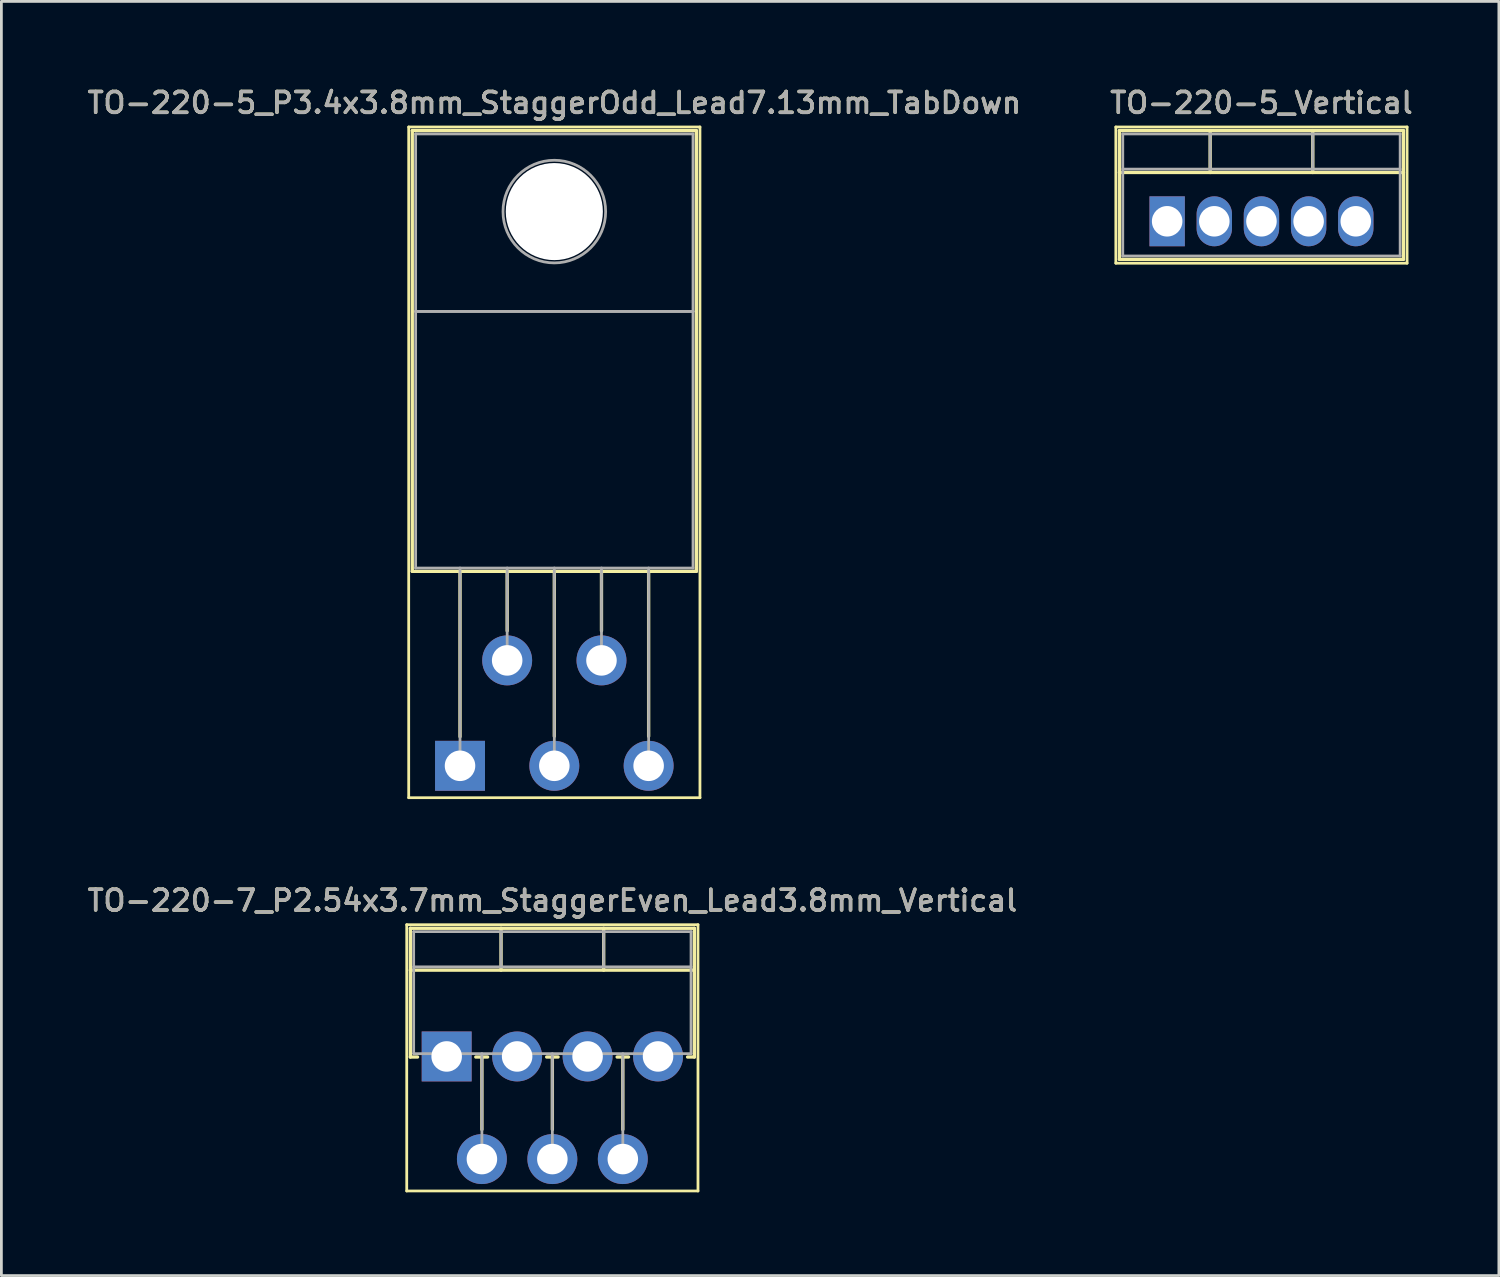
<source format=kicad_pcb>
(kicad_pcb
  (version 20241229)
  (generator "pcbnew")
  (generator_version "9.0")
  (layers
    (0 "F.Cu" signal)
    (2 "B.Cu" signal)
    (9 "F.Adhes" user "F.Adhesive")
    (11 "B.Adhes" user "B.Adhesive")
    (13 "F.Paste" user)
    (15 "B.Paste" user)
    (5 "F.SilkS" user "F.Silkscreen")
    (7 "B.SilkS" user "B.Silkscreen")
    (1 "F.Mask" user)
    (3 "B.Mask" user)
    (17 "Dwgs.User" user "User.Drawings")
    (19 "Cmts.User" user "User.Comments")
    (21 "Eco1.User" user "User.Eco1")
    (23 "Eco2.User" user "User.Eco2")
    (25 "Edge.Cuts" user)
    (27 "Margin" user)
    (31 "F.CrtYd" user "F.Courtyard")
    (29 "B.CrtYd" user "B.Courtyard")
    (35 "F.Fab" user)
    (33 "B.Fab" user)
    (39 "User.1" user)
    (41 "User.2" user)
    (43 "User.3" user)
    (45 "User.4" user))
  (footprint "TO-220-7_P2.54x3.7mm_StaggerEven_Lead3.8mm_Vertical"
    (layer "F.Cu")
    (at 13.053 35.036)
    (property "Reference" "TO-220-7_P2.54x3.7mm_StaggerEven_Lead3.8mm_Vertical" (at 3.81 -5.62 0) (layer "F.SilkS") (effects (font (size 0.75 0.75) (thickness 0.125))))
    (attr through_hole)
    (fp_line (start -1.44 -4.75) (end -1.44 4.85) (stroke (width 0.1) (type solid)) (layer "F.SilkS"))
    (fp_line (start -1.44 4.85) (end 9.06 4.85) (stroke (width 0.1) (type solid)) (layer "F.SilkS"))
    (fp_line (start -1.31 -4.62) (end -1.31 0.021) (stroke (width 0.12) (type solid)) (layer "F.SilkS"))
    (fp_line (start -1.31 -4.62) (end 8.93 -4.62) (stroke (width 0.12) (type solid)) (layer "F.SilkS"))
    (fp_line (start -1.31 -3.111) (end 8.93 -3.111) (stroke (width 0.12) (type solid)) (layer "F.SilkS"))
    (fp_line (start -1.31 0.021) (end -1.05 0.021) (stroke (width 0.12) (type solid)) (layer "F.SilkS"))
    (fp_line (start 1.05 0.021) (end 1.475 0.021) (stroke (width 0.12) (type solid)) (layer "F.SilkS"))
    (fp_line (start 1.27 0.021) (end 1.27 2.635) (stroke (width 0.12) (type solid)) (layer "F.SilkS"))
    (fp_line (start 1.96 -4.62) (end 1.96 -3.111) (stroke (width 0.12) (type solid)) (layer "F.SilkS"))
    (fp_line (start 3.605 0.021) (end 4.016 0.021) (stroke (width 0.12) (type solid)) (layer "F.SilkS"))
    (fp_line (start 3.81 0.021) (end 3.81 2.635) (stroke (width 0.12) (type solid)) (layer "F.SilkS"))
    (fp_line (start 5.66 -4.62) (end 5.66 -3.111) (stroke (width 0.12) (type solid)) (layer "F.SilkS"))
    (fp_line (start 6.145 0.021) (end 6.555 0.021) (stroke (width 0.12) (type solid)) (layer "F.SilkS"))
    (fp_line (start 6.35 0.021) (end 6.35 2.635) (stroke (width 0.12) (type solid)) (layer "F.SilkS"))
    (fp_line (start 8.685 0.021) (end 8.93 0.021) (stroke (width 0.12) (type solid)) (layer "F.SilkS"))
    (fp_line (start 8.93 -4.62) (end 8.93 0.021) (stroke (width 0.12) (type solid)) (layer "F.SilkS"))
    (fp_line (start 9.06 -4.75) (end -1.44 -4.75) (stroke (width 0.1) (type solid)) (layer "F.SilkS"))
    (fp_line (start 9.06 4.85) (end 9.06 -4.75) (stroke (width 0.1) (type solid)) (layer "F.SilkS"))
    (fp_line (start -1.19 -4.5) (end -1.19 -0.1) (stroke (width 0.1) (type solid)) (layer "F.Fab"))
    (fp_line (start -1.19 -3.23) (end 8.81 -3.23) (stroke (width 0.1) (type solid)) (layer "F.Fab"))
    (fp_line (start -1.19 -0.1) (end 8.81 -0.1) (stroke (width 0.1) (type solid)) (layer "F.Fab"))
    (fp_line (start 0 -0.1) (end 0 0) (stroke (width 0.1) (type solid)) (layer "F.Fab"))
    (fp_line (start 1.27 -0.1) (end 1.27 3.7) (stroke (width 0.1) (type solid)) (layer "F.Fab"))
    (fp_line (start 1.96 -4.5) (end 1.96 -3.23) (stroke (width 0.1) (type solid)) (layer "F.Fab"))
    (fp_line (start 2.54 -0.1) (end 2.54 0) (stroke (width 0.1) (type solid)) (layer "F.Fab"))
    (fp_line (start 3.81 -0.1) (end 3.81 3.7) (stroke (width 0.1) (type solid)) (layer "F.Fab"))
    (fp_line (start 5.08 -0.1) (end 5.08 0) (stroke (width 0.1) (type solid)) (layer "F.Fab"))
    (fp_line (start 5.66 -4.5) (end 5.66 -3.23) (stroke (width 0.1) (type solid)) (layer "F.Fab"))
    (fp_line (start 6.35 -0.1) (end 6.35 3.7) (stroke (width 0.1) (type solid)) (layer "F.Fab"))
    (fp_line (start 7.62 -0.1) (end 7.62 0) (stroke (width 0.1) (type solid)) (layer "F.Fab"))
    (fp_line (start 8.81 -4.5) (end -1.19 -4.5) (stroke (width 0.1) (type solid)) (layer "F.Fab"))
    (fp_line (start 8.81 -0.1) (end 8.81 -4.5) (stroke (width 0.1) (type solid)) (layer "F.Fab"))
    (fp_text user "${REFERENCE}" (at 3.81 -5.62 0) (layer "F.Fab") (effects (font (size 0.75 0.75) (thickness 0.125))))
    (pad "1" thru_hole rect (at 0 0) (size 1.8 1.8) (drill 1.1) (layers "*.Cu" "*.Mask"))
    (pad "2" thru_hole oval (at 1.27 3.7) (size 1.8 1.8) (drill 1.1) (layers "*.Cu" "*.Mask"))
    (pad "3" thru_hole oval (at 2.54 0) (size 1.8 1.8) (drill 1.1) (layers "*.Cu" "*.Mask"))
    (pad "4" thru_hole oval (at 3.81 3.7) (size 1.8 1.8) (drill 1.1) (layers "*.Cu" "*.Mask"))
    (pad "5" thru_hole oval (at 5.08 0) (size 1.8 1.8) (drill 1.1) (layers "*.Cu" "*.Mask"))
    (pad "6" thru_hole oval (at 6.35 3.7) (size 1.8 1.8) (drill 1.1) (layers "*.Cu" "*.Mask"))
    (pad "7" thru_hole oval (at 7.62 0) (size 1.8 1.8) (drill 1.1) (layers "*.Cu" "*.Mask")))
  (footprint "TO-220-5_P3.4x3.8mm_StaggerOdd_Lead7.13mm_TabDown"
    (layer "F.Cu")
    (at 13.534 24.558)
    (property "Reference" "TO-220-5_P3.4x3.8mm_StaggerOdd_Lead7.13mm_TabDown" (at 3.4 -23.9 0) (layer "F.SilkS") (effects (font (size 0.75 0.75) (thickness 0.125))))
    (attr through_hole)
    (fp_line (start -1.85 -23.03) (end -1.85 1.15) (stroke (width 0.1) (type solid)) (layer "F.SilkS"))
    (fp_line (start -1.85 1.15) (end 8.65 1.15) (stroke (width 0.1) (type solid)) (layer "F.SilkS"))
    (fp_line (start -1.721 -22.9) (end -1.721 -7.01) (stroke (width 0.12) (type solid)) (layer "F.SilkS"))
    (fp_line (start -1.721 -22.9) (end 8.52 -22.9) (stroke (width 0.12) (type solid)) (layer "F.SilkS"))
    (fp_line (start -1.721 -7.01) (end 8.52 -7.01) (stroke (width 0.12) (type solid)) (layer "F.SilkS"))
    (fp_line (start 0 -7.01) (end 0 -1.05) (stroke (width 0.12) (type solid)) (layer "F.SilkS"))
    (fp_line (start 1.7 -7.01) (end 1.7 -4.866) (stroke (width 0.12) (type solid)) (layer "F.SilkS"))
    (fp_line (start 3.4 -7.01) (end 3.4 -1.065) (stroke (width 0.12) (type solid)) (layer "F.SilkS"))
    (fp_line (start 5.1 -7.01) (end 5.1 -4.866) (stroke (width 0.12) (type solid)) (layer "F.SilkS"))
    (fp_line (start 6.8 -7.01) (end 6.8 -1.065) (stroke (width 0.12) (type solid)) (layer "F.SilkS"))
    (fp_line (start 8.52 -22.9) (end 8.52 -7.01) (stroke (width 0.12) (type solid)) (layer "F.SilkS"))
    (fp_line (start 8.65 -23.03) (end -1.85 -23.03) (stroke (width 0.1) (type solid)) (layer "F.SilkS"))
    (fp_line (start 8.65 1.15) (end 8.65 -23.03) (stroke (width 0.1) (type solid)) (layer "F.SilkS"))
    (fp_line (start -1.6 -22.78) (end 8.4 -22.78) (stroke (width 0.1) (type solid)) (layer "F.Fab"))
    (fp_line (start -1.6 -16.38) (end -1.6 -22.78) (stroke (width 0.1) (type solid)) (layer "F.Fab"))
    (fp_line (start -1.6 -16.38) (end 8.4 -16.38) (stroke (width 0.1) (type solid)) (layer "F.Fab"))
    (fp_line (start -1.6 -7.13) (end -1.6 -16.38) (stroke (width 0.1) (type solid)) (layer "F.Fab"))
    (fp_line (start 0 -7.13) (end 0 0) (stroke (width 0.1) (type solid)) (layer "F.Fab"))
    (fp_line (start 1.7 -7.13) (end 1.7 -3.8) (stroke (width 0.1) (type solid)) (layer "F.Fab"))
    (fp_line (start 3.4 -7.13) (end 3.4 0) (stroke (width 0.1) (type solid)) (layer "F.Fab"))
    (fp_line (start 5.1 -7.13) (end 5.1 -3.8) (stroke (width 0.1) (type solid)) (layer "F.Fab"))
    (fp_line (start 6.8 -7.13) (end 6.8 0) (stroke (width 0.1) (type solid)) (layer "F.Fab"))
    (fp_line (start 8.4 -22.78) (end 8.4 -16.38) (stroke (width 0.1) (type solid)) (layer "F.Fab"))
    (fp_line (start 8.4 -16.38) (end -1.6 -16.38) (stroke (width 0.1) (type solid)) (layer "F.Fab"))
    (fp_line (start 8.4 -16.38) (end 8.4 -7.13) (stroke (width 0.1) (type solid)) (layer "F.Fab"))
    (fp_line (start 8.4 -7.13) (end -1.6 -7.13) (stroke (width 0.1) (type solid)) (layer "F.Fab"))
    (fp_circle (center 3.4 -19.98) (end 5.25 -19.98) (stroke (width 0.1) (type solid)) (fill no) (layer "F.Fab"))
    (fp_text user "${REFERENCE}" (at 3.4 -23.9 0) (layer "F.Fab") (effects (font (size 0.75 0.75) (thickness 0.125))))
    (pad "" np_thru_hole oval (at 3.4 -19.98) (size 3.5 3.5) (drill 3.5) (layers "*.Cu" "*.Mask"))
    (pad "1" thru_hole rect (at 0 0) (size 1.8 1.8) (drill 1.1) (layers "*.Cu" "*.Mask"))
    (pad "2" thru_hole oval (at 1.7 -3.8) (size 1.8 1.8) (drill 1.1) (layers "*.Cu" "*.Mask"))
    (pad "3" thru_hole oval (at 3.4 0) (size 1.8 1.8) (drill 1.1) (layers "*.Cu" "*.Mask"))
    (pad "4" thru_hole oval (at 5.1 -3.8) (size 1.8 1.8) (drill 1.1) (layers "*.Cu" "*.Mask"))
    (pad "5" thru_hole oval (at 6.8 0) (size 1.8 1.8) (drill 1.1) (layers "*.Cu" "*.Mask")))
  (footprint "TO-220-5_Vertical"
    (layer "F.Cu")
    (at 39.027 4.928)
    (property "Reference" "TO-220-5_Vertical" (at 3.4 -4.27 0) (layer "F.SilkS") (effects (font (size 0.75 0.75) (thickness 0.125))))
    (attr through_hole)
    (fp_line (start -1.85 -3.4) (end -1.85 1.51) (stroke (width 0.1) (type solid)) (layer "F.SilkS"))
    (fp_line (start -1.85 1.51) (end 8.65 1.51) (stroke (width 0.1) (type solid)) (layer "F.SilkS"))
    (fp_line (start -1.721 -3.27) (end -1.721 1.371) (stroke (width 0.12) (type solid)) (layer "F.SilkS"))
    (fp_line (start -1.721 -3.27) (end 8.52 -3.27) (stroke (width 0.12) (type solid)) (layer "F.SilkS"))
    (fp_line (start -1.721 -1.76) (end 8.52 -1.76) (stroke (width 0.12) (type solid)) (layer "F.SilkS"))
    (fp_line (start -1.721 1.371) (end 8.52 1.371) (stroke (width 0.12) (type solid)) (layer "F.SilkS"))
    (fp_line (start 1.55 -3.27) (end 1.55 -1.76) (stroke (width 0.12) (type solid)) (layer "F.SilkS"))
    (fp_line (start 5.25 -3.27) (end 5.25 -1.76) (stroke (width 0.12) (type solid)) (layer "F.SilkS"))
    (fp_line (start 8.52 -3.27) (end 8.52 1.371) (stroke (width 0.12) (type solid)) (layer "F.SilkS"))
    (fp_line (start 8.65 -3.4) (end -1.85 -3.4) (stroke (width 0.1) (type solid)) (layer "F.SilkS"))
    (fp_line (start 8.65 1.51) (end 8.65 -3.4) (stroke (width 0.1) (type solid)) (layer "F.SilkS"))
    (fp_line (start -1.6 -3.15) (end -1.6 1.25) (stroke (width 0.1) (type solid)) (layer "F.Fab"))
    (fp_line (start -1.6 -1.88) (end 8.4 -1.88) (stroke (width 0.1) (type solid)) (layer "F.Fab"))
    (fp_line (start -1.6 1.25) (end 8.4 1.25) (stroke (width 0.1) (type solid)) (layer "F.Fab"))
    (fp_line (start 1.55 -3.15) (end 1.55 -1.88) (stroke (width 0.1) (type solid)) (layer "F.Fab"))
    (fp_line (start 5.25 -3.15) (end 5.25 -1.88) (stroke (width 0.1) (type solid)) (layer "F.Fab"))
    (fp_line (start 8.4 -3.15) (end -1.6 -3.15) (stroke (width 0.1) (type solid)) (layer "F.Fab"))
    (fp_line (start 8.4 1.25) (end 8.4 -3.15) (stroke (width 0.1) (type solid)) (layer "F.Fab"))
    (fp_text user "${REFERENCE}" (at 3.4 -4.27 0) (layer "F.Fab") (effects (font (size 0.75 0.75) (thickness 0.125))))
    (pad "1" thru_hole rect (at 0 0) (size 1.275 1.8) (drill 1.1) (layers "*.Cu" "*.Mask"))
    (pad "2" thru_hole oval (at 1.7 0) (size 1.275 1.8) (drill 1.1) (layers "*.Cu" "*.Mask"))
    (pad "3" thru_hole oval (at 3.4 0) (size 1.275 1.8) (drill 1.1) (layers "*.Cu" "*.Mask"))
    (pad "4" thru_hole oval (at 5.1 0) (size 1.275 1.8) (drill 1.1) (layers "*.Cu" "*.Mask"))
    (pad "5" thru_hole oval (at 6.8 0) (size 1.275 1.8) (drill 1.1) (layers "*.Cu" "*.Mask")))
  (gr_rect
    (start -3 -3)
    (end 50.986 42.936)
    (stroke (width 0.1) (type default))
    (fill no)
    (layer "Edge.Cuts")))
</source>
